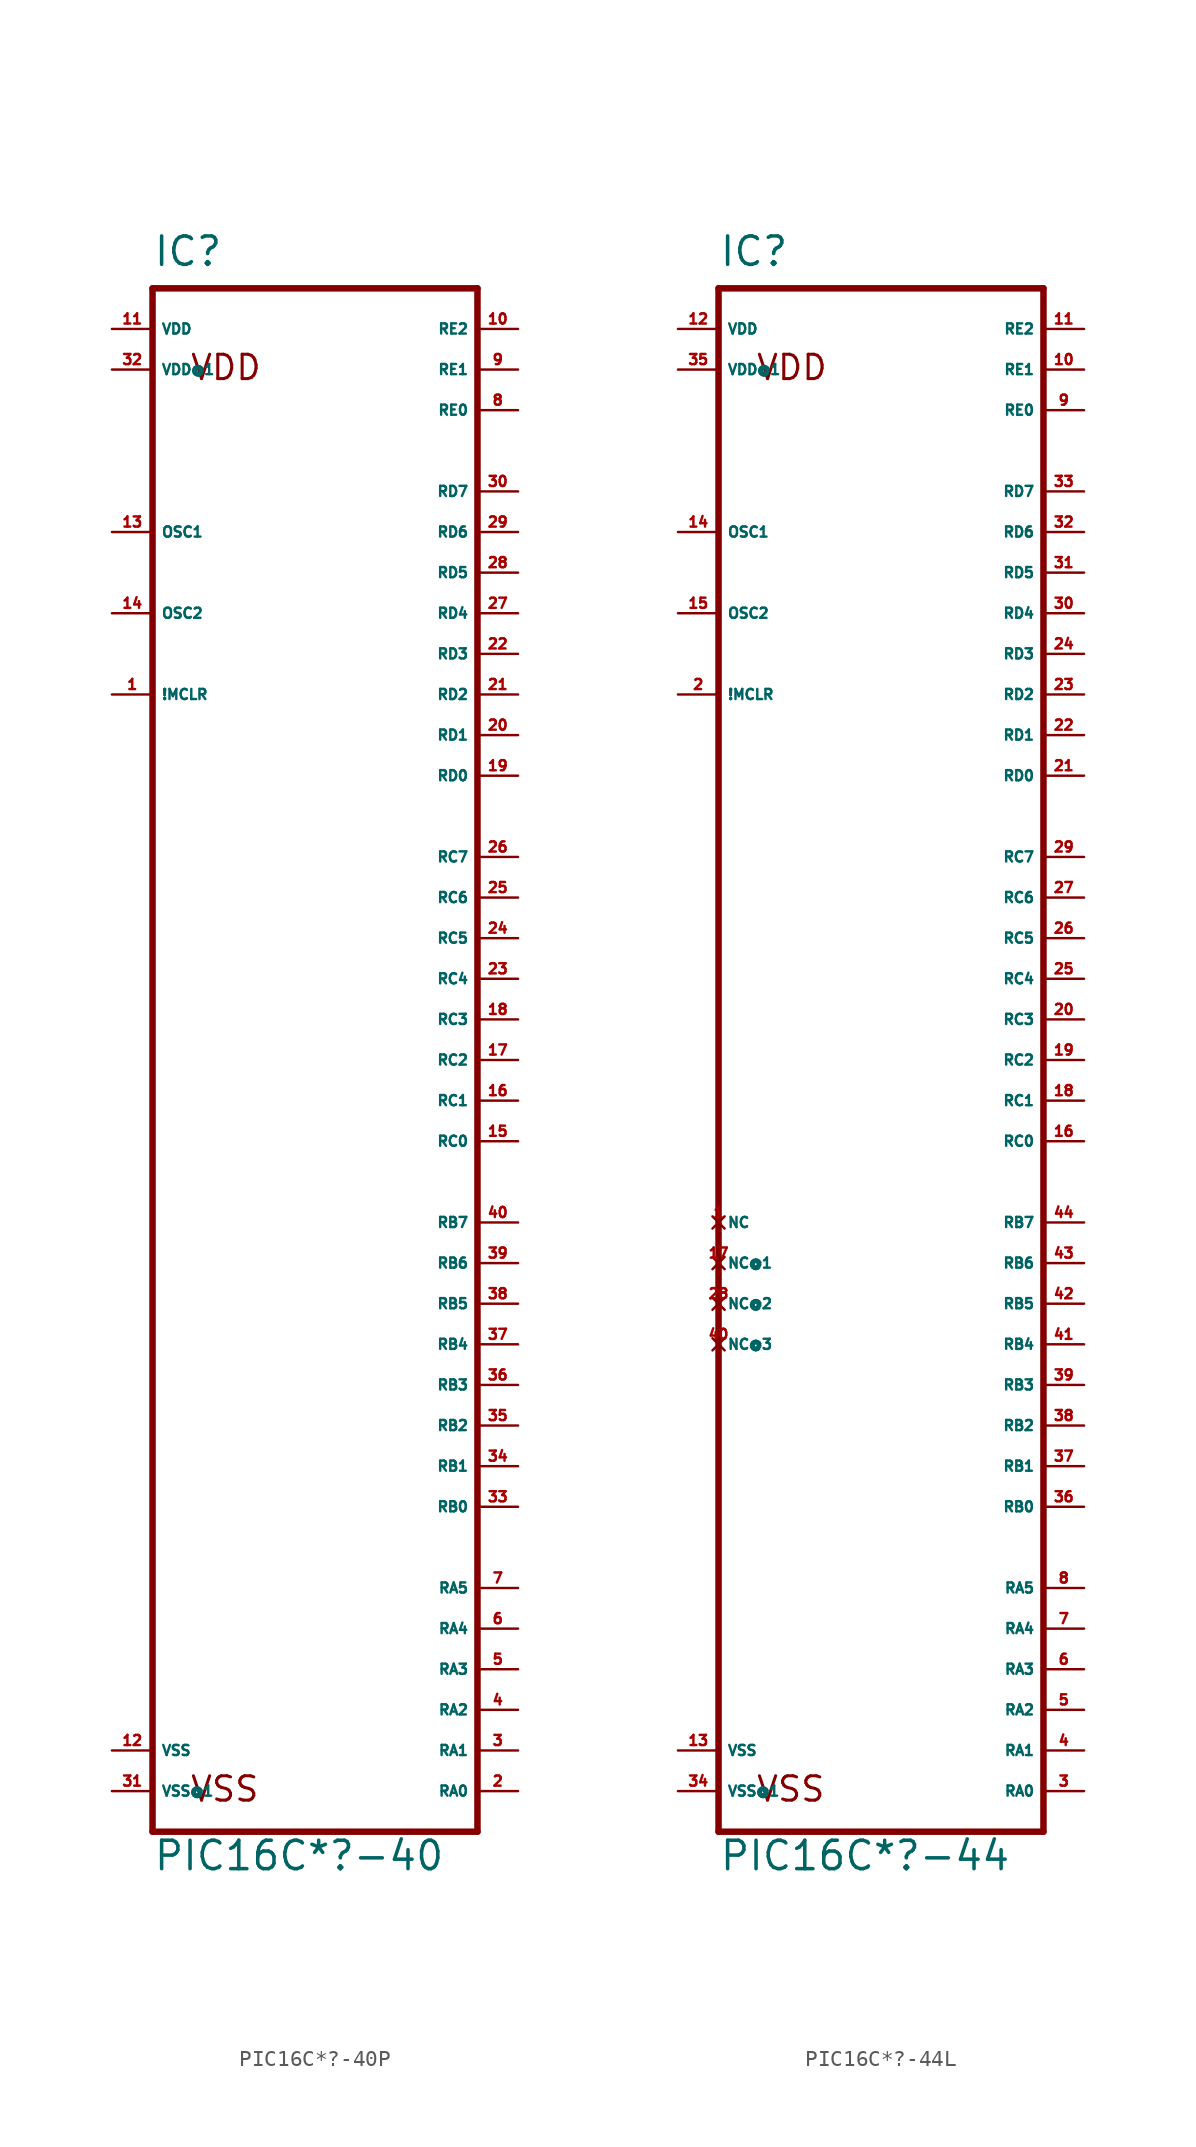
<source format=kicad_sym>
(kicad_symbol_lib
  (version 20220914)
  (generator Eagle2Kicad)
  (symbol "PIC16C*?-40P"
    (property "Reference" "IC"
      (at -10.16 49.53 0)
      (effects (font (size 1.778 1.778) (thickness 0.22)) (justify left bottom)))
    (property "Value" "PIC16C*?-40"
      (at -10.16 -50.8 0)
      (effects (font (size 1.778 1.778) (thickness 0.22)) (justify left bottom)))
    (polyline
      (pts (xy -10.16 -48.26) (xy 10.16 -48.26))
      (stroke (width 0.406) (type default))
      (fill (type none)))
    (polyline
      (pts (xy 10.16 -48.26) (xy 10.16 48.26))
      (stroke (width 0.406) (type default))
      (fill (type none)))
    (polyline
      (pts (xy 10.16 48.26) (xy -10.16 48.26))
      (stroke (width 0.406) (type default))
      (fill (type none)))
    (polyline
      (pts (xy -10.16 48.26) (xy -10.16 -48.26))
      (stroke (width 0.406) (type default))
      (fill (type none)))
    (text "VDD"
      (at -7.874 42.418 0)
      (effects (font (size 1.524 1.524) (thickness 0.19)) (justify left bottom)))
    (text "VSS"
      (at -7.874 -46.482 0)
      (effects (font (size 1.524 1.524) (thickness 0.19)) (justify left bottom)))
    (pin input line
      (at -12.7 22.86 0)
      (length 2.54)
      (name "!MCLR" (effects (font (size 0.635 0.635) (thickness 0.08)) (justify left bottom)))
      (number "1" (effects (font (size 0.635 0.635) (thickness 0.08)) (justify left bottom))))
    (pin input line
      (at -12.7 33.02 0)
      (length 2.54)
      (name "OSC1" (effects (font (size 0.635 0.635) (thickness 0.08)) (justify left bottom)))
      (number "13" (effects (font (size 0.635 0.635) (thickness 0.08)) (justify left bottom))))
    (pin bidirectional line
      (at 12.7 -45.72 180)
      (length 2.54)
      (name "RA0" (effects (font (size 0.635 0.635) (thickness 0.08)) (justify left bottom)))
      (number "2" (effects (font (size 0.635 0.635) (thickness 0.08)) (justify left bottom))))
    (pin bidirectional line
      (at 12.7 -43.18 180)
      (length 2.54)
      (name "RA1" (effects (font (size 0.635 0.635) (thickness 0.08)) (justify left bottom)))
      (number "3" (effects (font (size 0.635 0.635) (thickness 0.08)) (justify left bottom))))
    (pin bidirectional line
      (at 12.7 -40.64 180)
      (length 2.54)
      (name "RA2" (effects (font (size 0.635 0.635) (thickness 0.08)) (justify left bottom)))
      (number "4" (effects (font (size 0.635 0.635) (thickness 0.08)) (justify left bottom))))
    (pin bidirectional line
      (at 12.7 -38.1 180)
      (length 2.54)
      (name "RA3" (effects (font (size 0.635 0.635) (thickness 0.08)) (justify left bottom)))
      (number "5" (effects (font (size 0.635 0.635) (thickness 0.08)) (justify left bottom))))
    (pin bidirectional line
      (at 12.7 -35.56 180)
      (length 2.54)
      (name "RA4" (effects (font (size 0.635 0.635) (thickness 0.08)) (justify left bottom)))
      (number "6" (effects (font (size 0.635 0.635) (thickness 0.08)) (justify left bottom))))
    (pin bidirectional line
      (at 12.7 -33.02 180)
      (length 2.54)
      (name "RA5" (effects (font (size 0.635 0.635) (thickness 0.08)) (justify left bottom)))
      (number "7" (effects (font (size 0.635 0.635) (thickness 0.08)) (justify left bottom))))
    (pin bidirectional line
      (at 12.7 -27.94 180)
      (length 2.54)
      (name "RB0" (effects (font (size 0.635 0.635) (thickness 0.08)) (justify left bottom)))
      (number "33" (effects (font (size 0.635 0.635) (thickness 0.08)) (justify left bottom))))
    (pin bidirectional line
      (at 12.7 -25.4 180)
      (length 2.54)
      (name "RB1" (effects (font (size 0.635 0.635) (thickness 0.08)) (justify left bottom)))
      (number "34" (effects (font (size 0.635 0.635) (thickness 0.08)) (justify left bottom))))
    (pin bidirectional line
      (at 12.7 -22.86 180)
      (length 2.54)
      (name "RB2" (effects (font (size 0.635 0.635) (thickness 0.08)) (justify left bottom)))
      (number "35" (effects (font (size 0.635 0.635) (thickness 0.08)) (justify left bottom))))
    (pin bidirectional line
      (at 12.7 -20.32 180)
      (length 2.54)
      (name "RB3" (effects (font (size 0.635 0.635) (thickness 0.08)) (justify left bottom)))
      (number "36" (effects (font (size 0.635 0.635) (thickness 0.08)) (justify left bottom))))
    (pin bidirectional line
      (at 12.7 -17.78 180)
      (length 2.54)
      (name "RB4" (effects (font (size 0.635 0.635) (thickness 0.08)) (justify left bottom)))
      (number "37" (effects (font (size 0.635 0.635) (thickness 0.08)) (justify left bottom))))
    (pin bidirectional line
      (at 12.7 -15.24 180)
      (length 2.54)
      (name "RB5" (effects (font (size 0.635 0.635) (thickness 0.08)) (justify left bottom)))
      (number "38" (effects (font (size 0.635 0.635) (thickness 0.08)) (justify left bottom))))
    (pin bidirectional line
      (at 12.7 -12.7 180)
      (length 2.54)
      (name "RB6" (effects (font (size 0.635 0.635) (thickness 0.08)) (justify left bottom)))
      (number "39" (effects (font (size 0.635 0.635) (thickness 0.08)) (justify left bottom))))
    (pin output line
      (at 12.7 -5.08 180)
      (length 2.54)
      (name "RC0" (effects (font (size 0.635 0.635) (thickness 0.08)) (justify left bottom)))
      (number "15" (effects (font (size 0.635 0.635) (thickness 0.08)) (justify left bottom))))
    (pin output line
      (at 12.7 -2.54 180)
      (length 2.54)
      (name "RC1" (effects (font (size 0.635 0.635) (thickness 0.08)) (justify left bottom)))
      (number "16" (effects (font (size 0.635 0.635) (thickness 0.08)) (justify left bottom))))
    (pin output line
      (at 12.7 0 180)
      (length 2.54)
      (name "RC2" (effects (font (size 0.635 0.635) (thickness 0.08)) (justify left bottom)))
      (number "17" (effects (font (size 0.635 0.635) (thickness 0.08)) (justify left bottom))))
    (pin output line
      (at 12.7 2.54 180)
      (length 2.54)
      (name "RC3" (effects (font (size 0.635 0.635) (thickness 0.08)) (justify left bottom)))
      (number "18" (effects (font (size 0.635 0.635) (thickness 0.08)) (justify left bottom))))
    (pin output line
      (at 12.7 5.08 180)
      (length 2.54)
      (name "RC4" (effects (font (size 0.635 0.635) (thickness 0.08)) (justify left bottom)))
      (number "23" (effects (font (size 0.635 0.635) (thickness 0.08)) (justify left bottom))))
    (pin output line
      (at 12.7 7.62 180)
      (length 2.54)
      (name "RC5" (effects (font (size 0.635 0.635) (thickness 0.08)) (justify left bottom)))
      (number "24" (effects (font (size 0.635 0.635) (thickness 0.08)) (justify left bottom))))
    (pin output line
      (at 12.7 10.16 180)
      (length 2.54)
      (name "RC6" (effects (font (size 0.635 0.635) (thickness 0.08)) (justify left bottom)))
      (number "25" (effects (font (size 0.635 0.635) (thickness 0.08)) (justify left bottom))))
    (pin output line
      (at 12.7 12.7 180)
      (length 2.54)
      (name "RC7" (effects (font (size 0.635 0.635) (thickness 0.08)) (justify left bottom)))
      (number "26" (effects (font (size 0.635 0.635) (thickness 0.08)) (justify left bottom))))
    (pin bidirectional line
      (at 12.7 -10.16 180)
      (length 2.54)
      (name "RB7" (effects (font (size 0.635 0.635) (thickness 0.08)) (justify left bottom)))
      (number "40" (effects (font (size 0.635 0.635) (thickness 0.08)) (justify left bottom))))
    (pin bidirectional line
      (at 12.7 17.78 180)
      (length 2.54)
      (name "RD0" (effects (font (size 0.635 0.635) (thickness 0.08)) (justify left bottom)))
      (number "19" (effects (font (size 0.635 0.635) (thickness 0.08)) (justify left bottom))))
    (pin bidirectional line
      (at 12.7 20.32 180)
      (length 2.54)
      (name "RD1" (effects (font (size 0.635 0.635) (thickness 0.08)) (justify left bottom)))
      (number "20" (effects (font (size 0.635 0.635) (thickness 0.08)) (justify left bottom))))
    (pin bidirectional line
      (at 12.7 22.86 180)
      (length 2.54)
      (name "RD2" (effects (font (size 0.635 0.635) (thickness 0.08)) (justify left bottom)))
      (number "21" (effects (font (size 0.635 0.635) (thickness 0.08)) (justify left bottom))))
    (pin bidirectional line
      (at 12.7 25.4 180)
      (length 2.54)
      (name "RD3" (effects (font (size 0.635 0.635) (thickness 0.08)) (justify left bottom)))
      (number "22" (effects (font (size 0.635 0.635) (thickness 0.08)) (justify left bottom))))
    (pin bidirectional line
      (at 12.7 27.94 180)
      (length 2.54)
      (name "RD4" (effects (font (size 0.635 0.635) (thickness 0.08)) (justify left bottom)))
      (number "27" (effects (font (size 0.635 0.635) (thickness 0.08)) (justify left bottom))))
    (pin bidirectional line
      (at 12.7 30.48 180)
      (length 2.54)
      (name "RD5" (effects (font (size 0.635 0.635) (thickness 0.08)) (justify left bottom)))
      (number "28" (effects (font (size 0.635 0.635) (thickness 0.08)) (justify left bottom))))
    (pin bidirectional line
      (at 12.7 33.02 180)
      (length 2.54)
      (name "RD6" (effects (font (size 0.635 0.635) (thickness 0.08)) (justify left bottom)))
      (number "29" (effects (font (size 0.635 0.635) (thickness 0.08)) (justify left bottom))))
    (pin bidirectional line
      (at 12.7 35.56 180)
      (length 2.54)
      (name "RD7" (effects (font (size 0.635 0.635) (thickness 0.08)) (justify left bottom)))
      (number "30" (effects (font (size 0.635 0.635) (thickness 0.08)) (justify left bottom))))
    (pin output line
      (at -12.7 27.94 0)
      (length 2.54)
      (name "OSC2" (effects (font (size 0.635 0.635) (thickness 0.08)) (justify left bottom)))
      (number "14" (effects (font (size 0.635 0.635) (thickness 0.08)) (justify left bottom))))
    (pin unspecified line
      (at -12.7 -45.72 0)
      (length 2.54)
      (name "VSS@1" (effects (font (size 0.635 0.635) (thickness 0.08)) (justify left bottom)))
      (number "31" (effects (font (size 0.635 0.635) (thickness 0.08)) (justify left bottom))))
    (pin unspecified line
      (at -12.7 -43.18 0)
      (length 2.54)
      (name "VSS" (effects (font (size 0.635 0.635) (thickness 0.08)) (justify left bottom)))
      (number "12" (effects (font (size 0.635 0.635) (thickness 0.08)) (justify left bottom))))
    (pin unspecified line
      (at -12.7 43.18 0)
      (length 2.54)
      (name "VDD@1" (effects (font (size 0.635 0.635) (thickness 0.08)) (justify left bottom)))
      (number "32" (effects (font (size 0.635 0.635) (thickness 0.08)) (justify left bottom))))
    (pin unspecified line
      (at -12.7 45.72 0)
      (length 2.54)
      (name "VDD" (effects (font (size 0.635 0.635) (thickness 0.08)) (justify left bottom)))
      (number "11" (effects (font (size 0.635 0.635) (thickness 0.08)) (justify left bottom))))
    (pin bidirectional line
      (at 12.7 40.64 180)
      (length 2.54)
      (name "RE0" (effects (font (size 0.635 0.635) (thickness 0.08)) (justify left bottom)))
      (number "8" (effects (font (size 0.635 0.635) (thickness 0.08)) (justify left bottom))))
    (pin bidirectional line
      (at 12.7 43.18 180)
      (length 2.54)
      (name "RE1" (effects (font (size 0.635 0.635) (thickness 0.08)) (justify left bottom)))
      (number "9" (effects (font (size 0.635 0.635) (thickness 0.08)) (justify left bottom))))
    (pin bidirectional line
      (at 12.7 45.72 180)
      (length 2.54)
      (name "RE2" (effects (font (size 0.635 0.635) (thickness 0.08)) (justify left bottom)))
      (number "10" (effects (font (size 0.635 0.635) (thickness 0.08)) (justify left bottom)))))
  (symbol "PIC16C*?-44L"
    (property "Reference" "IC"
      (at -10.16 44.45 0)
      (effects (font (size 1.778 1.778) (thickness 0.22)) (justify left bottom)))
    (property "Value" "PIC16C*?-44"
      (at -10.16 -55.88 0)
      (effects (font (size 1.778 1.778) (thickness 0.22)) (justify left bottom)))
    (polyline
      (pts (xy -10.16 -53.34) (xy 10.16 -53.34))
      (stroke (width 0.406) (type default))
      (fill (type none)))
    (polyline
      (pts (xy 10.16 -53.34) (xy 10.16 43.18))
      (stroke (width 0.406) (type default))
      (fill (type none)))
    (polyline
      (pts (xy 10.16 43.18) (xy -10.16 43.18))
      (stroke (width 0.406) (type default))
      (fill (type none)))
    (polyline
      (pts (xy -10.16 43.18) (xy -10.16 -53.34))
      (stroke (width 0.406) (type default))
      (fill (type none)))
    (text "VDD"
      (at -7.874 37.338 0)
      (effects (font (size 1.524 1.524) (thickness 0.19)) (justify left bottom)))
    (text "VSS"
      (at -7.874 -51.562 0)
      (effects (font (size 1.524 1.524) (thickness 0.19)) (justify left bottom)))
    (pin input line
      (at -12.7 17.78 0)
      (length 2.54)
      (name "!MCLR" (effects (font (size 0.635 0.635) (thickness 0.08)) (justify left bottom)))
      (number "2" (effects (font (size 0.635 0.635) (thickness 0.08)) (justify left bottom))))
    (pin input line
      (at -12.7 27.94 0)
      (length 2.54)
      (name "OSC1" (effects (font (size 0.635 0.635) (thickness 0.08)) (justify left bottom)))
      (number "14" (effects (font (size 0.635 0.635) (thickness 0.08)) (justify left bottom))))
    (pin bidirectional line
      (at 12.7 -50.8 180)
      (length 2.54)
      (name "RA0" (effects (font (size 0.635 0.635) (thickness 0.08)) (justify left bottom)))
      (number "3" (effects (font (size 0.635 0.635) (thickness 0.08)) (justify left bottom))))
    (pin bidirectional line
      (at 12.7 -48.26 180)
      (length 2.54)
      (name "RA1" (effects (font (size 0.635 0.635) (thickness 0.08)) (justify left bottom)))
      (number "4" (effects (font (size 0.635 0.635) (thickness 0.08)) (justify left bottom))))
    (pin bidirectional line
      (at 12.7 -45.72 180)
      (length 2.54)
      (name "RA2" (effects (font (size 0.635 0.635) (thickness 0.08)) (justify left bottom)))
      (number "5" (effects (font (size 0.635 0.635) (thickness 0.08)) (justify left bottom))))
    (pin bidirectional line
      (at 12.7 -43.18 180)
      (length 2.54)
      (name "RA3" (effects (font (size 0.635 0.635) (thickness 0.08)) (justify left bottom)))
      (number "6" (effects (font (size 0.635 0.635) (thickness 0.08)) (justify left bottom))))
    (pin bidirectional line
      (at 12.7 -30.48 180)
      (length 2.54)
      (name "RB1" (effects (font (size 0.635 0.635) (thickness 0.08)) (justify left bottom)))
      (number "37" (effects (font (size 0.635 0.635) (thickness 0.08)) (justify left bottom))))
    (pin bidirectional line
      (at 12.7 -27.94 180)
      (length 2.54)
      (name "RB2" (effects (font (size 0.635 0.635) (thickness 0.08)) (justify left bottom)))
      (number "38" (effects (font (size 0.635 0.635) (thickness 0.08)) (justify left bottom))))
    (pin bidirectional line
      (at 12.7 -25.4 180)
      (length 2.54)
      (name "RB3" (effects (font (size 0.635 0.635) (thickness 0.08)) (justify left bottom)))
      (number "39" (effects (font (size 0.635 0.635) (thickness 0.08)) (justify left bottom))))
    (pin bidirectional line
      (at 12.7 -38.1 180)
      (length 2.54)
      (name "RA5" (effects (font (size 0.635 0.635) (thickness 0.08)) (justify left bottom)))
      (number "8" (effects (font (size 0.635 0.635) (thickness 0.08)) (justify left bottom))))
    (pin bidirectional line
      (at 12.7 -22.86 180)
      (length 2.54)
      (name "RB4" (effects (font (size 0.635 0.635) (thickness 0.08)) (justify left bottom)))
      (number "41" (effects (font (size 0.635 0.635) (thickness 0.08)) (justify left bottom))))
    (pin bidirectional line
      (at 12.7 -20.32 180)
      (length 2.54)
      (name "RB5" (effects (font (size 0.635 0.635) (thickness 0.08)) (justify left bottom)))
      (number "42" (effects (font (size 0.635 0.635) (thickness 0.08)) (justify left bottom))))
    (pin bidirectional line
      (at 12.7 -17.78 180)
      (length 2.54)
      (name "RB6" (effects (font (size 0.635 0.635) (thickness 0.08)) (justify left bottom)))
      (number "43" (effects (font (size 0.635 0.635) (thickness 0.08)) (justify left bottom))))
    (pin bidirectional line
      (at 12.7 -15.24 180)
      (length 2.54)
      (name "RB7" (effects (font (size 0.635 0.635) (thickness 0.08)) (justify left bottom)))
      (number "44" (effects (font (size 0.635 0.635) (thickness 0.08)) (justify left bottom))))
    (pin bidirectional line
      (at 12.7 -10.16 180)
      (length 2.54)
      (name "RC0" (effects (font (size 0.635 0.635) (thickness 0.08)) (justify left bottom)))
      (number "16" (effects (font (size 0.635 0.635) (thickness 0.08)) (justify left bottom))))
    (pin bidirectional line
      (at 12.7 -7.62 180)
      (length 2.54)
      (name "RC1" (effects (font (size 0.635 0.635) (thickness 0.08)) (justify left bottom)))
      (number "18" (effects (font (size 0.635 0.635) (thickness 0.08)) (justify left bottom))))
    (pin bidirectional line
      (at 12.7 -5.08 180)
      (length 2.54)
      (name "RC2" (effects (font (size 0.635 0.635) (thickness 0.08)) (justify left bottom)))
      (number "19" (effects (font (size 0.635 0.635) (thickness 0.08)) (justify left bottom))))
    (pin bidirectional line
      (at 12.7 -2.54 180)
      (length 2.54)
      (name "RC3" (effects (font (size 0.635 0.635) (thickness 0.08)) (justify left bottom)))
      (number "20" (effects (font (size 0.635 0.635) (thickness 0.08)) (justify left bottom))))
    (pin bidirectional line
      (at 12.7 12.7 180)
      (length 2.54)
      (name "RD0" (effects (font (size 0.635 0.635) (thickness 0.08)) (justify left bottom)))
      (number "21" (effects (font (size 0.635 0.635) (thickness 0.08)) (justify left bottom))))
    (pin bidirectional line
      (at 12.7 15.24 180)
      (length 2.54)
      (name "RD1" (effects (font (size 0.635 0.635) (thickness 0.08)) (justify left bottom)))
      (number "22" (effects (font (size 0.635 0.635) (thickness 0.08)) (justify left bottom))))
    (pin bidirectional line
      (at 12.7 17.78 180)
      (length 2.54)
      (name "RD2" (effects (font (size 0.635 0.635) (thickness 0.08)) (justify left bottom)))
      (number "23" (effects (font (size 0.635 0.635) (thickness 0.08)) (justify left bottom))))
    (pin bidirectional line
      (at 12.7 20.32 180)
      (length 2.54)
      (name "RD3" (effects (font (size 0.635 0.635) (thickness 0.08)) (justify left bottom)))
      (number "24" (effects (font (size 0.635 0.635) (thickness 0.08)) (justify left bottom))))
    (pin bidirectional line
      (at 12.7 22.86 180)
      (length 2.54)
      (name "RD4" (effects (font (size 0.635 0.635) (thickness 0.08)) (justify left bottom)))
      (number "30" (effects (font (size 0.635 0.635) (thickness 0.08)) (justify left bottom))))
    (pin bidirectional line
      (at 12.7 25.4 180)
      (length 2.54)
      (name "RD5" (effects (font (size 0.635 0.635) (thickness 0.08)) (justify left bottom)))
      (number "31" (effects (font (size 0.635 0.635) (thickness 0.08)) (justify left bottom))))
    (pin bidirectional line
      (at 12.7 27.94 180)
      (length 2.54)
      (name "RD6" (effects (font (size 0.635 0.635) (thickness 0.08)) (justify left bottom)))
      (number "32" (effects (font (size 0.635 0.635) (thickness 0.08)) (justify left bottom))))
    (pin bidirectional line
      (at 12.7 30.48 180)
      (length 2.54)
      (name "RD7" (effects (font (size 0.635 0.635) (thickness 0.08)) (justify left bottom)))
      (number "33" (effects (font (size 0.635 0.635) (thickness 0.08)) (justify left bottom))))
    (pin bidirectional line
      (at 12.7 35.56 180)
      (length 2.54)
      (name "RE0" (effects (font (size 0.635 0.635) (thickness 0.08)) (justify left bottom)))
      (number "9" (effects (font (size 0.635 0.635) (thickness 0.08)) (justify left bottom))))
    (pin bidirectional line
      (at 12.7 38.1 180)
      (length 2.54)
      (name "RE1" (effects (font (size 0.635 0.635) (thickness 0.08)) (justify left bottom)))
      (number "10" (effects (font (size 0.635 0.635) (thickness 0.08)) (justify left bottom))))
    (pin bidirectional line
      (at 12.7 40.64 180)
      (length 2.54)
      (name "RE2" (effects (font (size 0.635 0.635) (thickness 0.08)) (justify left bottom)))
      (number "11" (effects (font (size 0.635 0.635) (thickness 0.08)) (justify left bottom))))
    (pin no_connect line
      (at -10.16 -15.24 0)
      (length 0)
      (name "NC" (effects (font (size 0.635 0.635) (thickness 0.08)) (justify left bottom) hide))
      (number "1" (effects (font (size 0.635 0.635) (thickness 0.08)) (justify left bottom) hide)))
    (pin no_connect line
      (at -10.16 -17.78 0)
      (length 0)
      (name "NC@1" (effects (font (size 0.635 0.635) (thickness 0.08)) (justify left bottom) hide))
      (number "17" (effects (font (size 0.635 0.635) (thickness 0.08)) (justify left bottom) hide)))
    (pin no_connect line
      (at -10.16 -20.32 0)
      (length 0)
      (name "NC@2" (effects (font (size 0.635 0.635) (thickness 0.08)) (justify left bottom) hide))
      (number "28" (effects (font (size 0.635 0.635) (thickness 0.08)) (justify left bottom) hide)))
    (pin no_connect line
      (at -10.16 -22.86 0)
      (length 0)
      (name "NC@3" (effects (font (size 0.635 0.635) (thickness 0.08)) (justify left bottom) hide))
      (number "40" (effects (font (size 0.635 0.635) (thickness 0.08)) (justify left bottom) hide)))
    (pin unspecified line
      (at -12.7 40.64 0)
      (length 2.54)
      (name "VDD" (effects (font (size 0.635 0.635) (thickness 0.08)) (justify left bottom)))
      (number "12" (effects (font (size 0.635 0.635) (thickness 0.08)) (justify left bottom))))
    (pin unspecified line
      (at -12.7 38.1 0)
      (length 2.54)
      (name "VDD@1" (effects (font (size 0.635 0.635) (thickness 0.08)) (justify left bottom)))
      (number "35" (effects (font (size 0.635 0.635) (thickness 0.08)) (justify left bottom))))
    (pin unspecified line
      (at -12.7 -48.26 0)
      (length 2.54)
      (name "VSS" (effects (font (size 0.635 0.635) (thickness 0.08)) (justify left bottom)))
      (number "13" (effects (font (size 0.635 0.635) (thickness 0.08)) (justify left bottom))))
    (pin unspecified line
      (at -12.7 -50.8 0)
      (length 2.54)
      (name "VSS@1" (effects (font (size 0.635 0.635) (thickness 0.08)) (justify left bottom)))
      (number "34" (effects (font (size 0.635 0.635) (thickness 0.08)) (justify left bottom))))
    (pin bidirectional line
      (at 12.7 0 180)
      (length 2.54)
      (name "RC4" (effects (font (size 0.635 0.635) (thickness 0.08)) (justify left bottom)))
      (number "25" (effects (font (size 0.635 0.635) (thickness 0.08)) (justify left bottom))))
    (pin bidirectional line
      (at 12.7 2.54 180)
      (length 2.54)
      (name "RC5" (effects (font (size 0.635 0.635) (thickness 0.08)) (justify left bottom)))
      (number "26" (effects (font (size 0.635 0.635) (thickness 0.08)) (justify left bottom))))
    (pin bidirectional line
      (at 12.7 5.08 180)
      (length 2.54)
      (name "RC6" (effects (font (size 0.635 0.635) (thickness 0.08)) (justify left bottom)))
      (number "27" (effects (font (size 0.635 0.635) (thickness 0.08)) (justify left bottom))))
    (pin bidirectional line
      (at 12.7 7.62 180)
      (length 2.54)
      (name "RC7" (effects (font (size 0.635 0.635) (thickness 0.08)) (justify left bottom)))
      (number "29" (effects (font (size 0.635 0.635) (thickness 0.08)) (justify left bottom))))
    (pin output line
      (at -12.7 22.86 0)
      (length 2.54)
      (name "OSC2" (effects (font (size 0.635 0.635) (thickness 0.08)) (justify left bottom)))
      (number "15" (effects (font (size 0.635 0.635) (thickness 0.08)) (justify left bottom))))
    (pin bidirectional line
      (at 12.7 -33.02 180)
      (length 2.54)
      (name "RB0" (effects (font (size 0.635 0.635) (thickness 0.08)) (justify left bottom)))
      (number "36" (effects (font (size 0.635 0.635) (thickness 0.08)) (justify left bottom))))
    (pin bidirectional line
      (at 12.7 -40.64 180)
      (length 2.54)
      (name "RA4" (effects (font (size 0.635 0.635) (thickness 0.08)) (justify left bottom)))
      (number "7" (effects (font (size 0.635 0.635) (thickness 0.08)) (justify left bottom))))))
</source>
